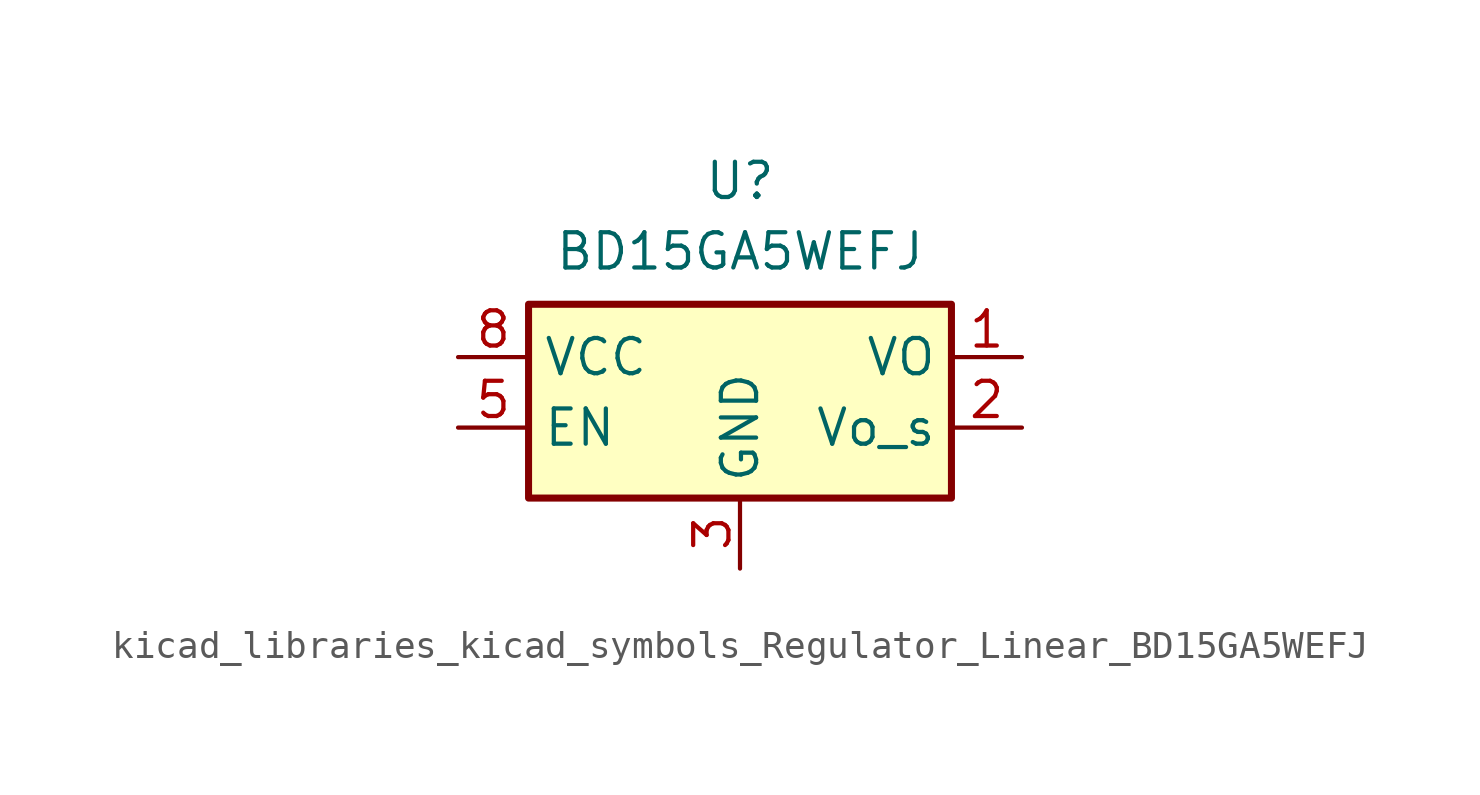
<source format=kicad_sym>
(kicad_symbol_lib
  (version 20220914)
  (generator kicad_symbol_editor)
  (symbol "kicad_libraries_kicad_symbols_Regulator_Linear_BD15GA5WEFJ"
    (property "Reference" "U"
      (at 0 6.35 0)
      (effects (font (size 1.27 1.27))))
    (property "Value" "BD15GA5WEFJ"
      (at 0 3.81 0)
      (effects (font (size 1.27 1.27))))
    (symbol "kicad_libraries_kicad_symbols_Regulator_Linear_BD15GA5WEFJ_1_1"
      (rectangle (start -7.62 -5.08) (end 7.62 1.905) (stroke (width 0.254) (type default)) (fill (type background)))
      (pin power_out line (at 10.16 0 180) (length 2.54) (name "VO" (effects (font (size 1.27 1.27)))) (number "1" (effects (font (size 1.27 1.27)))))
      (pin input line (at 10.16 -2.54 180) (length 2.54) (name "Vo_s" (effects (font (size 1.27 1.27)))) (number "2" (effects (font (size 1.27 1.27)))))
      (pin power_in line (at 0 -7.62 90) (length 2.54) (name "GND" (effects (font (size 1.27 1.27)))) (number "3" (effects (font (size 1.27 1.27)))))
      (pin passive line (at 0 -7.62 90) (length 2.54) hide (name "GND" (effects (font (size 1.27 1.27)))) (number "4" (effects (font (size 1.27 1.27)))))
      (pin input line (at -10.16 -2.54 0) (length 2.54) (name "EN" (effects (font (size 1.27 1.27)))) (number "5" (effects (font (size 1.27 1.27)))))
      (pin passive line (at 0 -7.62 90) (length 2.54) hide (name "GND" (effects (font (size 1.27 1.27)))) (number "6" (effects (font (size 1.27 1.27)))))
      (pin passive line (at 0 -7.62 90) (length 2.54) hide (name "GND" (effects (font (size 1.27 1.27)))) (number "7" (effects (font (size 1.27 1.27)))))
      (pin power_in line (at -10.16 0 0) (length 2.54) (name "VCC" (effects (font (size 1.27 1.27)))) (number "8" (effects (font (size 1.27 1.27)))))
      (pin passive line (at 0 -7.62 90) (length 2.54) hide (name "GND" (effects (font (size 1.27 1.27)))) (number "9" (effects (font (size 1.27 1.27))))))))
</source>
